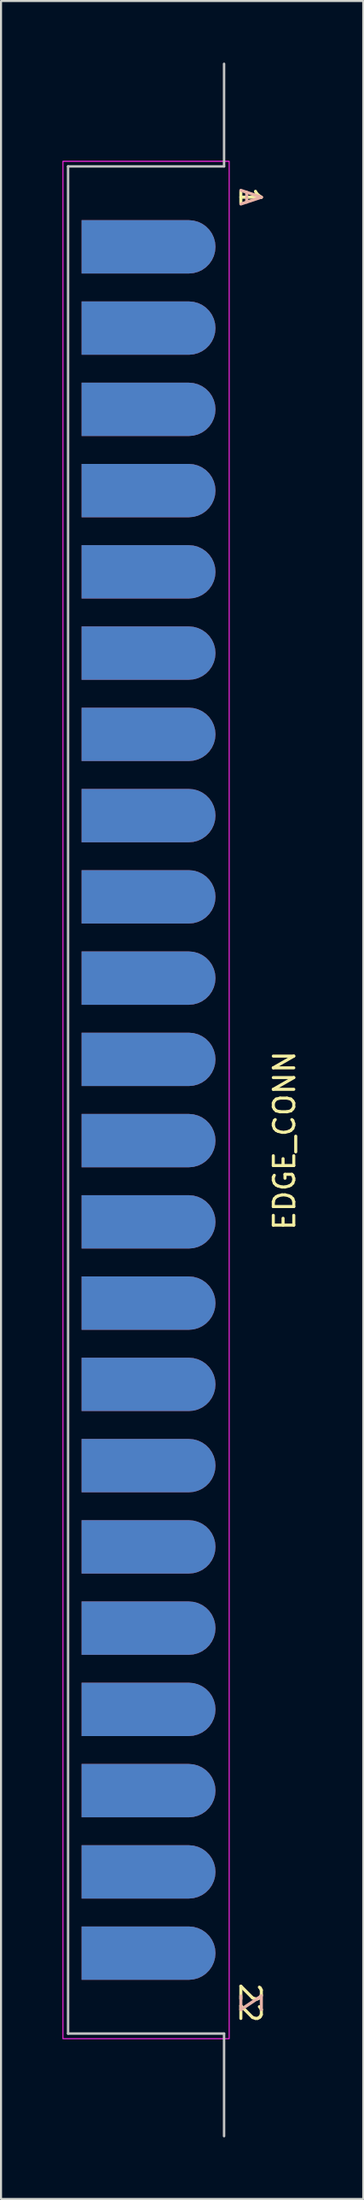
<source format=kicad_pcb>
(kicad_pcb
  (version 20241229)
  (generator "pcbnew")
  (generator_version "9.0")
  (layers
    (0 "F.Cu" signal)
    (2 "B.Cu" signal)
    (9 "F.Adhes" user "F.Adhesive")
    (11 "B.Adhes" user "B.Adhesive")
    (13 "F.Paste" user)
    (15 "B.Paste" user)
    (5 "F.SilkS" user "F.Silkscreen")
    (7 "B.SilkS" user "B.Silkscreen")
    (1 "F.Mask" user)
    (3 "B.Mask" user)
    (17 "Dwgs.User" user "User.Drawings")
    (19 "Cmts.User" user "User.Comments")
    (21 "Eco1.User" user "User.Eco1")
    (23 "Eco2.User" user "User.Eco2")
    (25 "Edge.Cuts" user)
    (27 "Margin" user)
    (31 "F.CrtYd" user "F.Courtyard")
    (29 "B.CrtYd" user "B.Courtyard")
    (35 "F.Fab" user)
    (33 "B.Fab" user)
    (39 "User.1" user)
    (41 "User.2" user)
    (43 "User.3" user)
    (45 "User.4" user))
  (footprint "EDGE_CONN"
    (layer "F.Cu")
    (at 4.085 50.56)
    (property "Reference" "EDGE_CONN" (at 6.76 1.98 270) (layer "F.SilkS") (effects (font (size 1 1) (thickness 0.15))))
    (attr smd)
    (fp_rect (start -3.94 -46.62) (end 3.64 46.62) (stroke (width 0.12) (type solid)) (fill yes) (layer "F.Mask"))
    (fp_rect (start -3.94 -46.62) (end 3.64 46.62) (stroke (width 0.12) (type solid)) (fill yes) (layer "B.Mask"))
    (fp_line (start -3.81 -45.5) (end -3.81 45.5) (stroke (width 0.12) (type solid)) (layer "Dwgs.User"))
    (fp_line (start -3.81 -45.5) (end 3.81 -45.5) (stroke (width 0.12) (type solid)) (layer "Dwgs.User"))
    (fp_line (start -3.81 45.5) (end 3.81 45.5) (stroke (width 0.12) (type solid)) (layer "Dwgs.User"))
    (fp_line (start 3.81 -45.5) (end 3.81 -50.5) (stroke (width 0.12) (type solid)) (layer "Dwgs.User"))
    (fp_line (start 3.81 45.5) (end 3.81 50.5) (stroke (width 0.12) (type solid)) (layer "Dwgs.User"))
    (fp_rect (start -4.06 -45.75) (end 4.06 45.75) (stroke (width 0.05) (type default)) (fill no) (layer "F.CrtYd"))
    (fp_text user "1" (at 4.5 -44 270) (unlocked yes) (layer "F.SilkS") (effects (font (size 1 1) (thickness 0.15)) (justify bottom)))
    (fp_text user "22" (at 4.5 44 270) (unlocked yes) (layer "F.SilkS") (effects (font (size 1 1) (thickness 0.15)) (justify bottom)))
    (fp_text user "Z" (at 4.5 44 270) (unlocked yes) (layer "B.SilkS") (effects (font (size 1 1) (thickness 0.15)) (justify bottom mirror)))
    (fp_text user "A" (at 4.5 -44 270) (unlocked yes) (layer "B.SilkS") (effects (font (size 1 1) (thickness 0.15)) (justify bottom mirror)))
    (pad "1" connect roundrect (at 0.12 -41.58 90) (size 2.6 6.54) (layers "F.Cu") (roundrect_rratio 0.5) (chamfer_ratio 0) (chamfer top_left top_right))
    (pad "2" connect roundrect (at 0.12 -37.62 90) (size 2.6 6.54) (layers "F.Cu") (roundrect_rratio 0.5) (chamfer_ratio 0) (chamfer top_left top_right))
    (pad "3" connect roundrect (at 0.12 -33.66 90) (size 2.6 6.54) (layers "F.Cu") (roundrect_rratio 0.5) (chamfer_ratio 0) (chamfer top_left top_right))
    (pad "4" connect roundrect (at 0.12 -29.7 90) (size 2.6 6.54) (layers "F.Cu") (roundrect_rratio 0.5) (chamfer_ratio 0) (chamfer top_left top_right))
    (pad "5" connect roundrect (at 0.12 -25.74 90) (size 2.6 6.54) (layers "F.Cu") (roundrect_rratio 0.5) (chamfer_ratio 0) (chamfer top_left top_right))
    (pad "6" connect roundrect (at 0.12 -21.78 90) (size 2.6 6.54) (layers "F.Cu") (roundrect_rratio 0.5) (chamfer_ratio 0) (chamfer top_left top_right))
    (pad "7" connect roundrect (at 0.12 -17.82 90) (size 2.6 6.54) (layers "F.Cu") (roundrect_rratio 0.5) (chamfer_ratio 0) (chamfer top_left top_right))
    (pad "8" connect roundrect (at 0.12 -13.86 90) (size 2.6 6.54) (layers "F.Cu") (roundrect_rratio 0.5) (chamfer_ratio 0) (chamfer top_left top_right))
    (pad "9" connect roundrect (at 0.12 -9.9 90) (size 2.6 6.54) (layers "F.Cu") (roundrect_rratio 0.5) (chamfer_ratio 0) (chamfer top_left top_right))
    (pad "10" connect roundrect (at 0.12 -5.94 90) (size 2.6 6.54) (layers "F.Cu") (roundrect_rratio 0.5) (chamfer_ratio 0) (chamfer top_left top_right))
    (pad "11" connect roundrect (at 0.12 -1.98 90) (size 2.6 6.54) (layers "F.Cu") (roundrect_rratio 0.5) (chamfer_ratio 0) (chamfer top_left top_right))
    (pad "12" connect roundrect (at 0.12 1.98 90) (size 2.6 6.54) (layers "F.Cu") (roundrect_rratio 0.5) (chamfer_ratio 0) (chamfer top_left top_right))
    (pad "13" connect roundrect (at 0.12 5.94 90) (size 2.6 6.54) (layers "F.Cu") (roundrect_rratio 0.5) (chamfer_ratio 0) (chamfer top_left top_right))
    (pad "14" connect roundrect (at 0.12 9.9 90) (size 2.6 6.54) (layers "F.Cu") (roundrect_rratio 0.5) (chamfer_ratio 0) (chamfer top_left top_right))
    (pad "15" connect roundrect (at 0.12 13.86 90) (size 2.6 6.54) (layers "F.Cu") (roundrect_rratio 0.5) (chamfer_ratio 0) (chamfer top_left top_right))
    (pad "16" connect roundrect (at 0.12 17.82 90) (size 2.6 6.54) (layers "F.Cu") (roundrect_rratio 0.5) (chamfer_ratio 0) (chamfer top_left top_right))
    (pad "17" connect roundrect (at 0.12 21.78 90) (size 2.6 6.54) (layers "F.Cu") (roundrect_rratio 0.5) (chamfer_ratio 0) (chamfer top_left top_right))
    (pad "18" connect roundrect (at 0.12 25.74 90) (size 2.6 6.54) (layers "F.Cu") (roundrect_rratio 0.5) (chamfer_ratio 0) (chamfer top_left top_right))
    (pad "19" connect roundrect (at 0.12 29.7 90) (size 2.6 6.54) (layers "F.Cu") (roundrect_rratio 0.5) (chamfer_ratio 0) (chamfer top_left top_right))
    (pad "20" connect roundrect (at 0.12 33.66 90) (size 2.6 6.54) (layers "F.Cu") (roundrect_rratio 0.5) (chamfer_ratio 0) (chamfer top_left top_right))
    (pad "21" connect roundrect (at 0.12 37.62 90) (size 2.6 6.54) (layers "F.Cu") (roundrect_rratio 0.5) (chamfer_ratio 0) (chamfer top_left top_right))
    (pad "22" connect roundrect (at 0.12 41.58 90) (size 2.6 6.54) (layers "F.Cu") (roundrect_rratio 0.5) (chamfer_ratio 0) (chamfer top_left top_right))
    (pad "A" connect roundrect (at 0.12 -41.58 90) (size 2.6 6.54) (layers "B.Cu" "B.Mask") (roundrect_rratio 0.5) (chamfer_ratio 0) (chamfer top_left top_right))
    (pad "B" connect roundrect (at 0.12 -37.62 90) (size 2.6 6.54) (layers "B.Cu" "B.Mask") (roundrect_rratio 0.5) (chamfer_ratio 0) (chamfer top_left top_right))
    (pad "C" connect roundrect (at 0.12 -33.66 90) (size 2.6 6.54) (layers "B.Cu" "B.Mask") (roundrect_rratio 0.5) (chamfer_ratio 0) (chamfer top_left top_right))
    (pad "D" connect roundrect (at 0.12 -29.7 90) (size 2.6 6.54) (layers "B.Cu" "B.Mask") (roundrect_rratio 0.5) (chamfer_ratio 0) (chamfer top_left top_right))
    (pad "E" connect roundrect (at 0.12 -25.74 90) (size 2.6 6.54) (layers "B.Cu" "B.Mask") (roundrect_rratio 0.5) (chamfer_ratio 0) (chamfer top_left top_right))
    (pad "F" connect roundrect (at 0.12 -21.78 90) (size 2.6 6.54) (layers "B.Cu" "B.Mask") (roundrect_rratio 0.5) (chamfer_ratio 0) (chamfer top_left top_right))
    (pad "H" connect roundrect (at 0.12 -17.82 90) (size 2.6 6.54) (layers "B.Cu" "B.Mask") (roundrect_rratio 0.5) (chamfer_ratio 0) (chamfer top_left top_right))
    (pad "J" connect roundrect (at 0.12 -13.86 90) (size 2.6 6.54) (layers "B.Cu" "B.Mask") (roundrect_rratio 0.5) (chamfer_ratio 0) (chamfer top_left top_right))
    (pad "K" connect roundrect (at 0.12 -9.9 90) (size 2.6 6.54) (layers "B.Cu" "B.Mask") (roundrect_rratio 0.5) (chamfer_ratio 0) (chamfer top_left top_right))
    (pad "L" connect roundrect (at 0.12 -5.94 90) (size 2.6 6.54) (layers "B.Cu" "B.Mask") (roundrect_rratio 0.5) (chamfer_ratio 0) (chamfer top_left top_right))
    (pad "M" connect roundrect (at 0.12 -1.98 90) (size 2.6 6.54) (layers "B.Cu" "B.Mask") (roundrect_rratio 0.5) (chamfer_ratio 0) (chamfer top_left top_right))
    (pad "N" connect roundrect (at 0.12 1.98 90) (size 2.6 6.54) (layers "B.Cu" "B.Mask") (roundrect_rratio 0.5) (chamfer_ratio 0) (chamfer top_left top_right))
    (pad "P" connect roundrect (at 0.12 5.94 90) (size 2.6 6.54) (layers "B.Cu" "B.Mask") (roundrect_rratio 0.5) (chamfer_ratio 0) (chamfer top_left top_right))
    (pad "R" connect roundrect (at 0.12 9.9 90) (size 2.6 6.54) (layers "B.Cu" "B.Mask") (roundrect_rratio 0.5) (chamfer_ratio 0) (chamfer top_left top_right))
    (pad "S" connect roundrect (at 0.12 13.86 90) (size 2.6 6.54) (layers "B.Cu" "B.Mask") (roundrect_rratio 0.5) (chamfer_ratio 0) (chamfer top_left top_right))
    (pad "T" connect roundrect (at 0.12 17.82 90) (size 2.6 6.54) (layers "B.Cu" "B.Mask") (roundrect_rratio 0.5) (chamfer_ratio 0) (chamfer top_left top_right))
    (pad "U" connect roundrect (at 0.12 21.78 90) (size 2.6 6.54) (layers "B.Cu" "B.Mask") (roundrect_rratio 0.5) (chamfer_ratio 0) (chamfer top_left top_right))
    (pad "V" connect roundrect (at 0.12 25.74 90) (size 2.6 6.54) (layers "B.Cu" "B.Mask") (roundrect_rratio 0.5) (chamfer_ratio 0) (chamfer top_left top_right))
    (pad "W" connect roundrect (at 0.12 29.7 90) (size 2.6 6.54) (layers "B.Cu" "B.Mask") (roundrect_rratio 0.5) (chamfer_ratio 0) (chamfer top_left top_right))
    (pad "X" connect roundrect (at 0.12 33.66 90) (size 2.6 6.54) (layers "B.Cu" "B.Mask") (roundrect_rratio 0.5) (chamfer_ratio 0) (chamfer top_left top_right))
    (pad "Y" connect roundrect (at 0.12 37.62 90) (size 2.6 6.54) (layers "B.Cu" "B.Mask") (roundrect_rratio 0.5) (chamfer_ratio 0) (chamfer top_left top_right))
    (pad "Z" connect roundrect (at 0.12 41.58 90) (size 2.6 6.54) (layers "B.Cu" "B.Mask") (roundrect_rratio 0.5) (chamfer_ratio 0) (chamfer top_left top_right)))
  (gr_rect
    (start -3 -3)
    (end 14.693 104.12)
    (stroke (width 0.1) (type default))
    (fill no)
    (layer "Edge.Cuts")))
</source>
